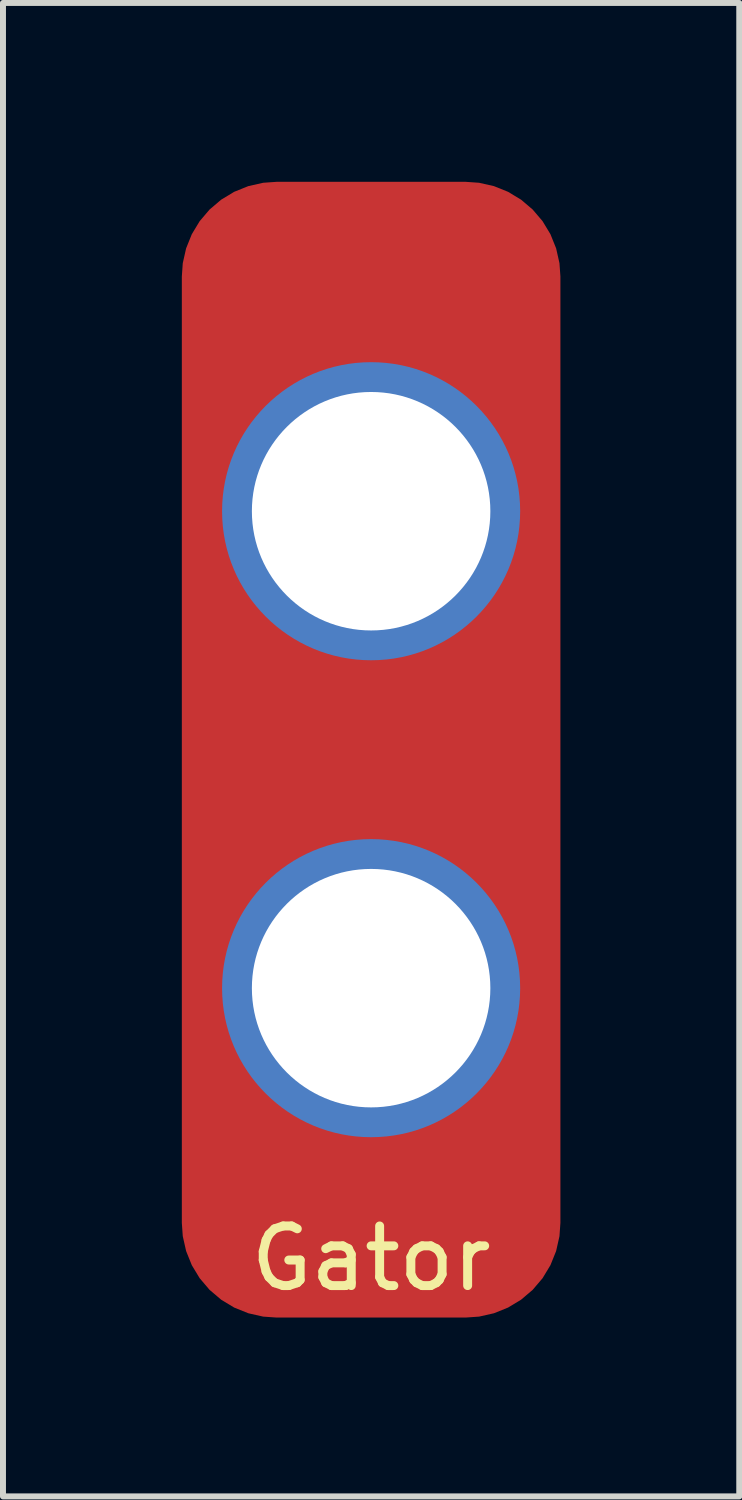
<source format=kicad_pcb>
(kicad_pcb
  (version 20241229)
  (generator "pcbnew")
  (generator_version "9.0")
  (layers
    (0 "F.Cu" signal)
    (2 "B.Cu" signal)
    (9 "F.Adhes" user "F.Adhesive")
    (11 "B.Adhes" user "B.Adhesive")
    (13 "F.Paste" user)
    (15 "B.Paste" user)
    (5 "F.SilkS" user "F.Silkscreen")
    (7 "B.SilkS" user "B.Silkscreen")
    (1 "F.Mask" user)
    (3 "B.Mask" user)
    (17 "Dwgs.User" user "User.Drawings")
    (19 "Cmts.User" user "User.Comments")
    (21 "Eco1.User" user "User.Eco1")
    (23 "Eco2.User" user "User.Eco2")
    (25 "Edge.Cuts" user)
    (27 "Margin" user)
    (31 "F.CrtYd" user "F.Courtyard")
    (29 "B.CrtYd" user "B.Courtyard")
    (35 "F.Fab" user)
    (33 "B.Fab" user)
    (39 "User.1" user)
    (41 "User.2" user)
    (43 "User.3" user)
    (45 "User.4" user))
  (footprint "Gator"
    (layer "F.Cu")
    (at 3.175 9.525)
    (property "Reference" "Gator" (at 0 8.534 0) (layer "F.SilkS") (effects (font (size 1 1) (thickness 0.15))))
    (attr through_hole)
    (pad "1" thru_hole circle (at 0 -4 180) (size 5 5) (drill 4) (layers "*.Cu" "*.Mask"))
    (pad "1" smd roundrect (at 0 0) (size 6.35 19.05) (layers "F.Cu" "F.Mask") (roundrect_rratio 0.25))
    (pad "1" thru_hole circle (at 0 4 180) (size 5 5) (drill 4) (layers "*.Cu" "*.Mask")))
  (gr_rect
    (start -3 -3)
    (end 9.35 22.05)
    (stroke (width 0.1) (type default))
    (fill no)
    (layer "Edge.Cuts")))
</source>
